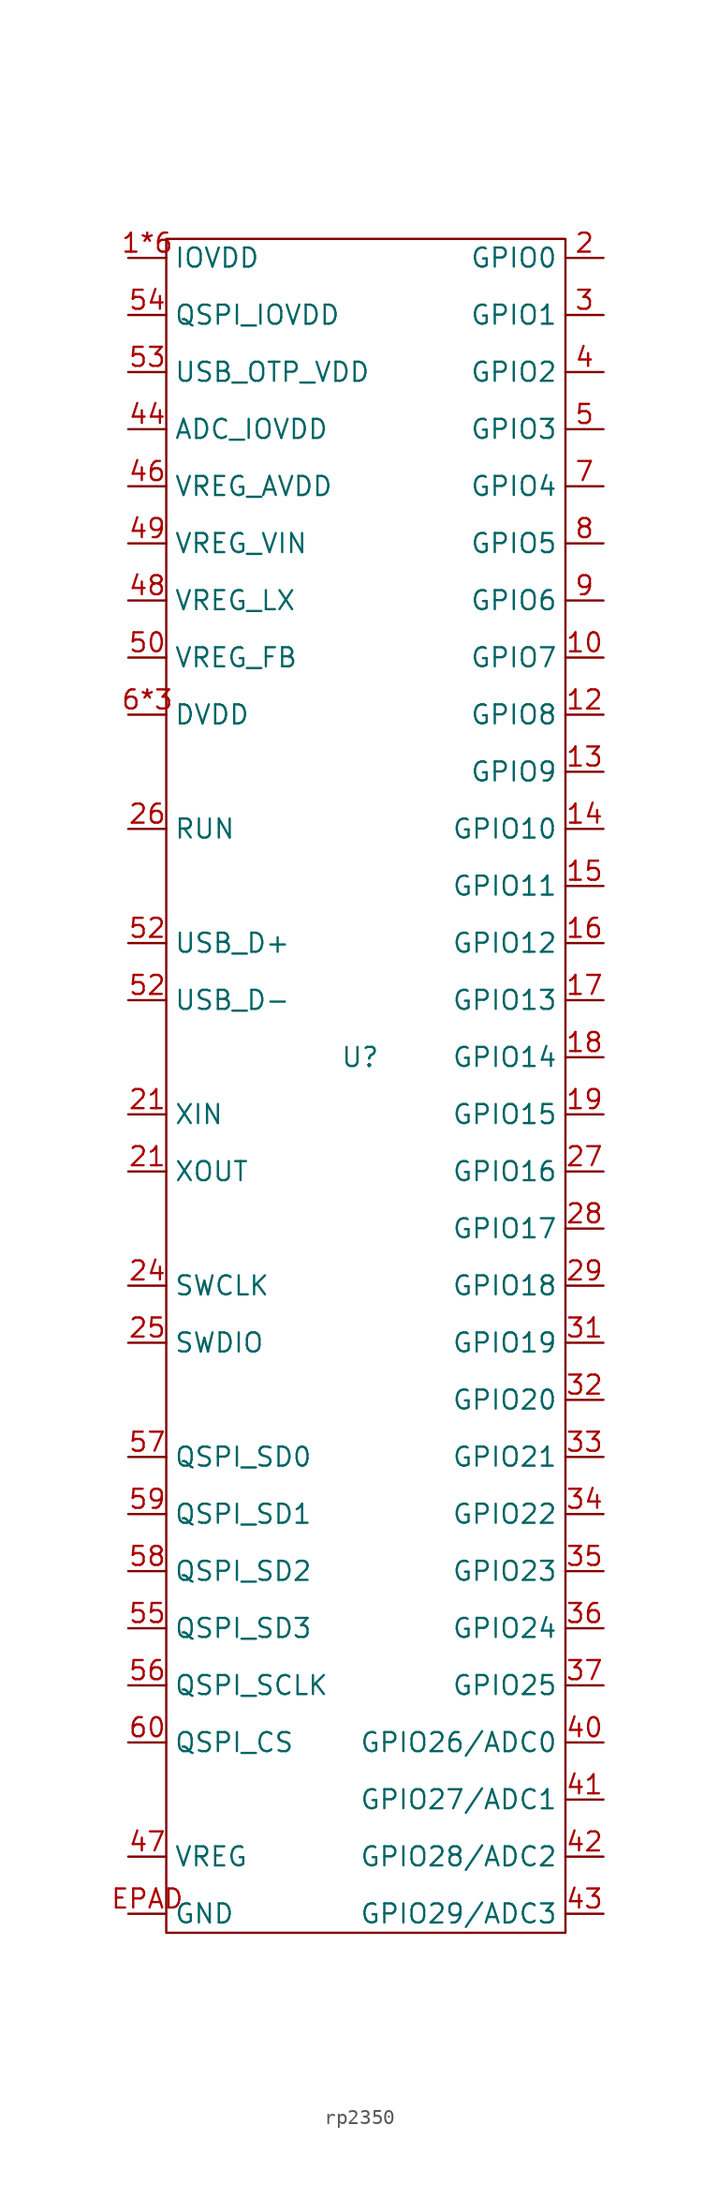
<source format=kicad_sym>
(kicad_symbol_lib
  (version 20231120)
  (generator "kicad_symbol_editor")
  (generator_version "8.0")
  (symbol "rp2350"
    (property "Reference" "U"
      (at -2.286 0 0)
      (effects (font (size 1.27 1.27))))
    (property "Value" ""
      (at -1.27 20.32 0)
      (effects (font (size 1.27 1.27))))
    (symbol "rp2350_0_1"
      (rectangle (start -15.24 54.61) (end 11.43 -58.42) (stroke (width 0) (type default)) (fill (type none))))
    (symbol "rp2350_1_1"
      (pin input line (at -17.78 53.34 0) (length 2.54) (name "IOVDD" (effects (font (size 1.27 1.27)))) (number "1*6" (effects (font (size 1.27 1.27)))))
      (pin bidirectional line (at 13.97 26.67 180) (length 2.54) (name "GPIO7" (effects (font (size 1.27 1.27)))) (number "10" (effects (font (size 1.27 1.27)))))
      (pin bidirectional line (at 13.97 22.86 180) (length 2.54) (name "GPIO8" (effects (font (size 1.27 1.27)))) (number "12" (effects (font (size 1.27 1.27)))))
      (pin bidirectional line (at 13.97 19.05 180) (length 2.54) (name "GPIO9" (effects (font (size 1.27 1.27)))) (number "13" (effects (font (size 1.27 1.27)))))
      (pin bidirectional line (at 13.97 15.24 180) (length 2.54) (name "GPIO10" (effects (font (size 1.27 1.27)))) (number "14" (effects (font (size 1.27 1.27)))))
      (pin bidirectional line (at 13.97 11.43 180) (length 2.54) (name "GPIO11" (effects (font (size 1.27 1.27)))) (number "15" (effects (font (size 1.27 1.27)))))
      (pin bidirectional line (at 13.97 7.62 180) (length 2.54) (name "GPIO12" (effects (font (size 1.27 1.27)))) (number "16" (effects (font (size 1.27 1.27)))))
      (pin bidirectional line (at 13.97 3.81 180) (length 2.54) (name "GPIO13" (effects (font (size 1.27 1.27)))) (number "17" (effects (font (size 1.27 1.27)))))
      (pin bidirectional line (at 13.97 0 180) (length 2.54) (name "GPIO14" (effects (font (size 1.27 1.27)))) (number "18" (effects (font (size 1.27 1.27)))))
      (pin bidirectional line (at 13.97 -3.81 180) (length 2.54) (name "GPIO15" (effects (font (size 1.27 1.27)))) (number "19" (effects (font (size 1.27 1.27)))))
      (pin bidirectional line (at 13.97 53.34 180) (length 2.54) (name "GPIO0" (effects (font (size 1.27 1.27)))) (number "2" (effects (font (size 1.27 1.27)))))
      (pin input line (at -17.78 -3.81 0) (length 2.54) (name "XIN" (effects (font (size 1.27 1.27)))) (number "21" (effects (font (size 1.27 1.27)))))
      (pin input line (at -17.78 -7.62 0) (length 2.54) (name "XOUT" (effects (font (size 1.27 1.27)))) (number "21" (effects (font (size 1.27 1.27)))))
      (pin input line (at -17.78 -15.24 0) (length 2.54) (name "SWCLK" (effects (font (size 1.27 1.27)))) (number "24" (effects (font (size 1.27 1.27)))))
      (pin input line (at -17.78 -19.05 0) (length 2.54) (name "SWDIO" (effects (font (size 1.27 1.27)))) (number "25" (effects (font (size 1.27 1.27)))))
      (pin input line (at -17.78 15.24 0) (length 2.54) (name "RUN" (effects (font (size 1.27 1.27)))) (number "26" (effects (font (size 1.27 1.27)))))
      (pin bidirectional line (at 13.97 -7.62 180) (length 2.54) (name "GPIO16" (effects (font (size 1.27 1.27)))) (number "27" (effects (font (size 1.27 1.27)))))
      (pin bidirectional line (at 13.97 -11.43 180) (length 2.54) (name "GPIO17" (effects (font (size 1.27 1.27)))) (number "28" (effects (font (size 1.27 1.27)))))
      (pin bidirectional line (at 13.97 -15.24 180) (length 2.54) (name "GPIO18" (effects (font (size 1.27 1.27)))) (number "29" (effects (font (size 1.27 1.27)))))
      (pin bidirectional line (at 13.97 49.53 180) (length 2.54) (name "GPIO1" (effects (font (size 1.27 1.27)))) (number "3" (effects (font (size 1.27 1.27)))))
      (pin bidirectional line (at 13.97 -19.05 180) (length 2.54) (name "GPIO19" (effects (font (size 1.27 1.27)))) (number "31" (effects (font (size 1.27 1.27)))))
      (pin bidirectional line (at 13.97 -22.86 180) (length 2.54) (name "GPIO20" (effects (font (size 1.27 1.27)))) (number "32" (effects (font (size 1.27 1.27)))))
      (pin bidirectional line (at 13.97 -26.67 180) (length 2.54) (name "GPIO21" (effects (font (size 1.27 1.27)))) (number "33" (effects (font (size 1.27 1.27)))))
      (pin bidirectional line (at 13.97 -30.48 180) (length 2.54) (name "GPIO22" (effects (font (size 1.27 1.27)))) (number "34" (effects (font (size 1.27 1.27)))))
      (pin bidirectional line (at 13.97 -34.29 180) (length 2.54) (name "GPIO23" (effects (font (size 1.27 1.27)))) (number "35" (effects (font (size 1.27 1.27)))))
      (pin bidirectional line (at 13.97 -38.1 180) (length 2.54) (name "GPIO24" (effects (font (size 1.27 1.27)))) (number "36" (effects (font (size 1.27 1.27)))))
      (pin bidirectional line (at 13.97 -41.91 180) (length 2.54) (name "GPIO25" (effects (font (size 1.27 1.27)))) (number "37" (effects (font (size 1.27 1.27)))))
      (pin bidirectional line (at 13.97 45.72 180) (length 2.54) (name "GPIO2" (effects (font (size 1.27 1.27)))) (number "4" (effects (font (size 1.27 1.27)))))
      (pin bidirectional line (at 13.97 -45.72 180) (length 2.54) (name "GPIO26/ADC0" (effects (font (size 1.27 1.27)))) (number "40" (effects (font (size 1.27 1.27)))))
      (pin bidirectional line (at 13.97 -49.53 180) (length 2.54) (name "GPIO27/ADC1" (effects (font (size 1.27 1.27)))) (number "41" (effects (font (size 1.27 1.27)))))
      (pin bidirectional line (at 13.97 -53.34 180) (length 2.54) (name "GPIO28/ADC2" (effects (font (size 1.27 1.27)))) (number "42" (effects (font (size 1.27 1.27)))))
      (pin bidirectional line (at 13.97 -57.15 180) (length 2.54) (name "GPIO29/ADC3" (effects (font (size 1.27 1.27)))) (number "43" (effects (font (size 1.27 1.27)))))
      (pin input line (at -17.78 41.91 0) (length 2.54) (name "ADC_IOVDD" (effects (font (size 1.27 1.27)))) (number "44" (effects (font (size 1.27 1.27)))))
      (pin input line (at -17.78 38.1 0) (length 2.54) (name "VREG_AVDD" (effects (font (size 1.27 1.27)))) (number "46" (effects (font (size 1.27 1.27)))))
      (pin input line (at -17.78 -53.34 0) (length 2.54) (name "VREG" (effects (font (size 1.27 1.27)))) (number "47" (effects (font (size 1.27 1.27)))))
      (pin input line (at -17.78 30.48 0) (length 2.54) (name "VREG_LX" (effects (font (size 1.27 1.27)))) (number "48" (effects (font (size 1.27 1.27)))))
      (pin input line (at -17.78 34.29 0) (length 2.54) (name "VREG_VIN" (effects (font (size 1.27 1.27)))) (number "49" (effects (font (size 1.27 1.27)))))
      (pin bidirectional line (at 13.97 41.91 180) (length 2.54) (name "GPIO3" (effects (font (size 1.27 1.27)))) (number "5" (effects (font (size 1.27 1.27)))))
      (pin input line (at -17.78 26.67 0) (length 2.54) (name "VREG_FB" (effects (font (size 1.27 1.27)))) (number "50" (effects (font (size 1.27 1.27)))))
      (pin input line (at -17.78 7.62 0) (length 2.54) (name "USB_D+" (effects (font (size 1.27 1.27)))) (number "52" (effects (font (size 1.27 1.27)))))
      (pin input line (at -17.78 3.81 0) (length 2.54) (name "USB_D-" (effects (font (size 1.27 1.27)))) (number "52" (effects (font (size 1.27 1.27)))))
      (pin input line (at -17.78 45.72 0) (length 2.54) (name "USB_OTP_VDD" (effects (font (size 1.27 1.27)))) (number "53" (effects (font (size 1.27 1.27)))))
      (pin input line (at -17.78 49.53 0) (length 2.54) (name "QSPI_IOVDD" (effects (font (size 1.27 1.27)))) (number "54" (effects (font (size 1.27 1.27)))))
      (pin input line (at -17.78 -38.1 0) (length 2.54) (name "QSPI_SD3" (effects (font (size 1.27 1.27)))) (number "55" (effects (font (size 1.27 1.27)))))
      (pin input line (at -17.78 -41.91 0) (length 2.54) (name "QSPI_SCLK" (effects (font (size 1.27 1.27)))) (number "56" (effects (font (size 1.27 1.27)))))
      (pin input line (at -17.78 -26.67 0) (length 2.54) (name "QSPI_SD0" (effects (font (size 1.27 1.27)))) (number "57" (effects (font (size 1.27 1.27)))))
      (pin input line (at -17.78 -34.29 0) (length 2.54) (name "QSPI_SD2" (effects (font (size 1.27 1.27)))) (number "58" (effects (font (size 1.27 1.27)))))
      (pin input line (at -17.78 -30.48 0) (length 2.54) (name "QSPI_SD1" (effects (font (size 1.27 1.27)))) (number "59" (effects (font (size 1.27 1.27)))))
      (pin input line (at -17.78 22.86 0) (length 2.54) (name "DVDD" (effects (font (size 1.27 1.27)))) (number "6*3" (effects (font (size 1.27 1.27)))))
      (pin input line (at -17.78 -45.72 0) (length 2.54) (name "QSPI_CS" (effects (font (size 1.27 1.27)))) (number "60" (effects (font (size 1.27 1.27)))))
      (pin bidirectional line (at 13.97 38.1 180) (length 2.54) (name "GPIO4" (effects (font (size 1.27 1.27)))) (number "7" (effects (font (size 1.27 1.27)))))
      (pin bidirectional line (at 13.97 34.29 180) (length 2.54) (name "GPIO5" (effects (font (size 1.27 1.27)))) (number "8" (effects (font (size 1.27 1.27)))))
      (pin bidirectional line (at 13.97 30.48 180) (length 2.54) (name "GPIO6" (effects (font (size 1.27 1.27)))) (number "9" (effects (font (size 1.27 1.27)))))
      (pin input line (at -17.78 -57.15 0) (length 2.54) (name "GND" (effects (font (size 1.27 1.27)))) (number "EPAD" (effects (font (size 1.27 1.27))))))))
</source>
